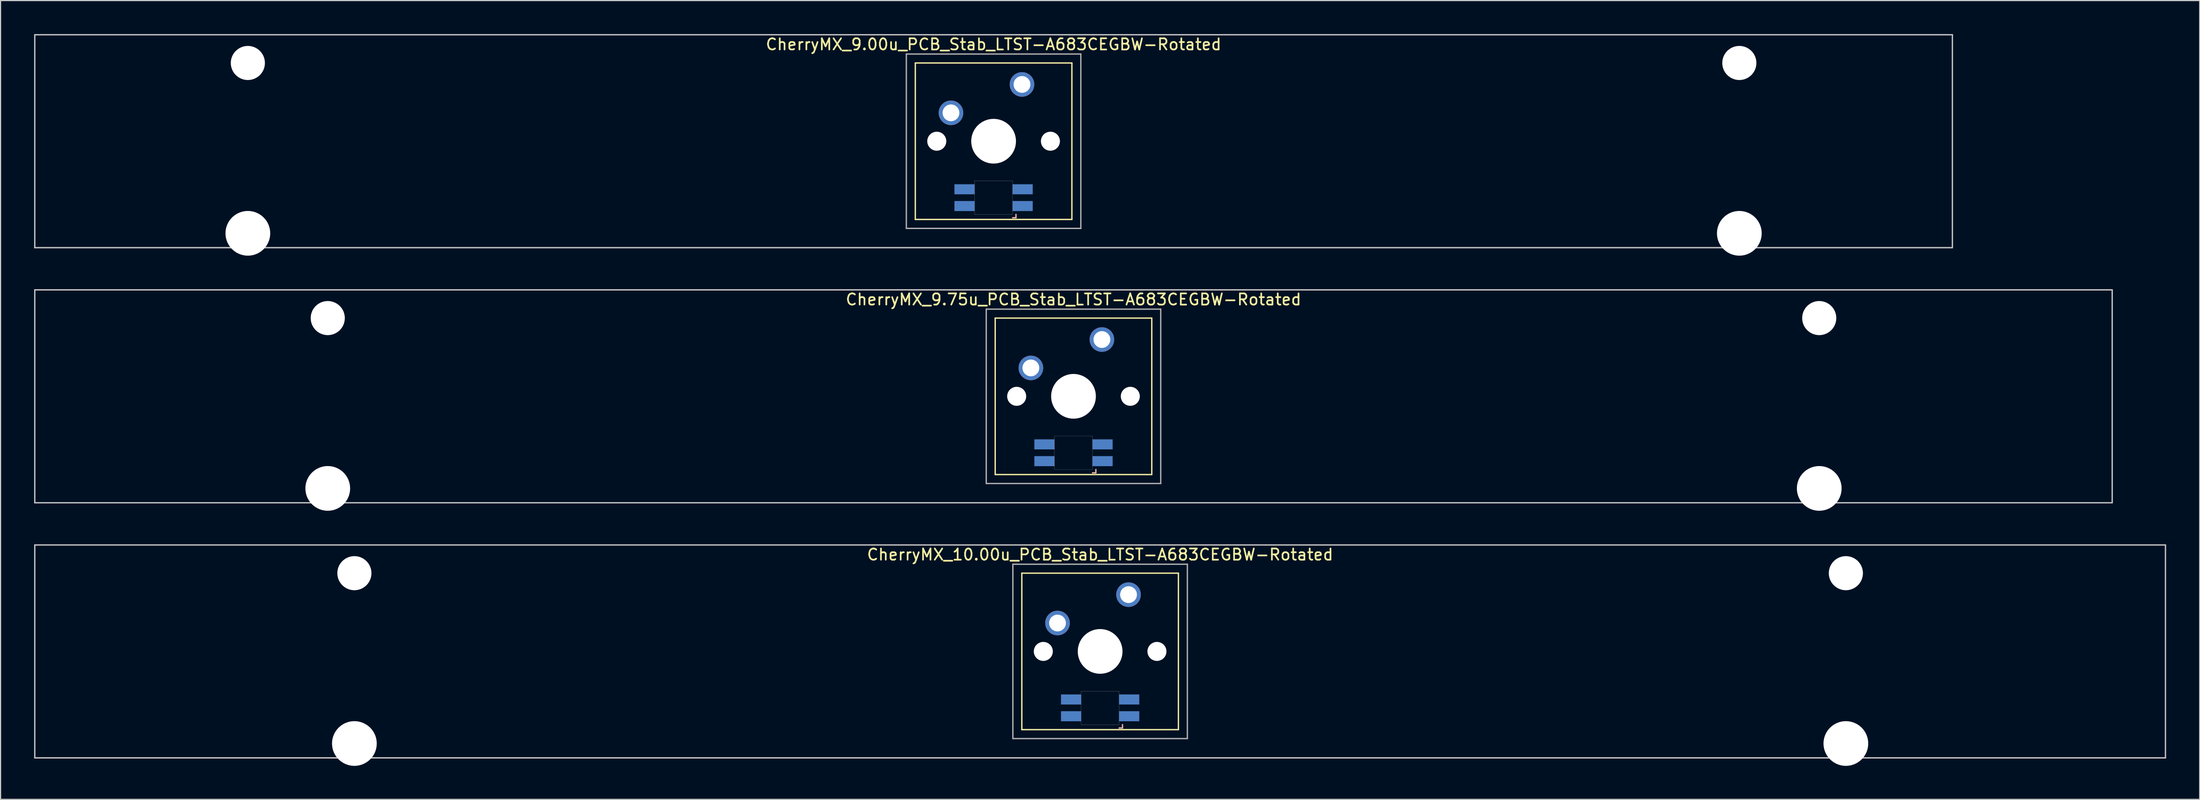
<source format=kicad_pcb>
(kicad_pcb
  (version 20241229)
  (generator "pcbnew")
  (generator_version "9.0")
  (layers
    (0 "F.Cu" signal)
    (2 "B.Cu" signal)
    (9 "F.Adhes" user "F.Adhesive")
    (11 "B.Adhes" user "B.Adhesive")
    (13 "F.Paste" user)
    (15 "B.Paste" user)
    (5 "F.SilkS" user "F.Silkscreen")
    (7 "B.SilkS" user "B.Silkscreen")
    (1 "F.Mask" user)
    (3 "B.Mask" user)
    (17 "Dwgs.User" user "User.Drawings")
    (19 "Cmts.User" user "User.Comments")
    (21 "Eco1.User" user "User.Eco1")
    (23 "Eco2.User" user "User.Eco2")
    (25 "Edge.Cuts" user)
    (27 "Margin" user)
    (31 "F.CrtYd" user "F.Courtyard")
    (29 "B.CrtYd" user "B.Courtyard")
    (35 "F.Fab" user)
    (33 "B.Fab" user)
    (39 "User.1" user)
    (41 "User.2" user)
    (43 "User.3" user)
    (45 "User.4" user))
  (footprint "CherryMX_10.00u_PCB_Stab_LTST-A683CEGBW-Rotated"
    (layer "F.Cu")
    (at 95.31 55.235)
    (property "Reference" "CherryMX_10.00u_PCB_Stab_LTST-A683CEGBW-Rotated" (at 0 -8.662 0) (layer "F.SilkS") (effects (font (size 1 1) (thickness 0.15))))
    (attr through_hole)
    (fp_line (start -7 -7) (end -7 7) (stroke (width 0.12) (type solid)) (layer "F.SilkS"))
    (fp_line (start -7 -7) (end 7 -7) (stroke (width 0.12) (type solid)) (layer "F.SilkS"))
    (fp_line (start 7 -7) (end 7 7) (stroke (width 0.12) (type solid)) (layer "F.SilkS"))
    (fp_line (start 7 7) (end -7 7) (stroke (width 0.12) (type solid)) (layer "F.SilkS"))
    (fp_line (start 1.7 6.85) (end 2 6.85) (stroke (width 0.12) (type solid)) (layer "B.SilkS"))
    (fp_line (start 2 6.85) (end 2 6.55) (stroke (width 0.12) (type solid)) (layer "B.SilkS"))
    (fp_line (start -95.25 -9.525) (end 95.25 -9.525) (stroke (width 0.12) (type solid)) (layer "Dwgs.User"))
    (fp_line (start -95.25 9.525) (end -95.25 -9.525) (stroke (width 0.12) (type solid)) (layer "Dwgs.User"))
    (fp_line (start 95.25 -9.525) (end 95.25 9.525) (stroke (width 0.12) (type solid)) (layer "Dwgs.User"))
    (fp_line (start 95.25 9.525) (end -95.25 9.525) (stroke (width 0.12) (type solid)) (layer "Dwgs.User"))
    (fp_poly (pts (xy -1.7 3.55) (xy 1.7 3.55) (xy 1.7 6.55) (xy -1.7 6.55)) (stroke (width 0.01) (type solid)) (fill no) (layer "Edge.Cuts"))
    (fp_line (start -7.8 -7.8) (end -7.8 7.8) (stroke (width 0.12) (type solid)) (layer "F.Fab"))
    (fp_line (start -7.8 -7.8) (end 7.8 -7.8) (stroke (width 0.12) (type solid)) (layer "F.Fab"))
    (fp_line (start -7.8 7.8) (end 7.8 7.8) (stroke (width 0.12) (type solid)) (layer "F.Fab"))
    (fp_line (start 7.8 -7.8) (end 7.8 7.8) (stroke (width 0.12) (type solid)) (layer "F.Fab"))
    (pad "" np_thru_hole circle (at -66.675 -7) (size 3.05 3.05) (drill 3.05) (layers "*.Cu" "*.Mask"))
    (pad "" np_thru_hole circle (at -66.675 8.24) (size 4 4) (drill 4) (layers "*.Cu" "*.Mask"))
    (pad "" np_thru_hole circle (at -5.08 0) (size 1.7 1.7) (drill 1.7) (layers "*.Cu" "*.Mask"))
    (pad "" np_thru_hole circle (at 0 0) (size 4 4) (drill 4) (layers "*.Cu" "*.Mask"))
    (pad "" np_thru_hole circle (at 5.08 0) (size 1.7 1.7) (drill 1.7) (layers "*.Cu" "*.Mask"))
    (pad "" np_thru_hole circle (at 66.675 -7) (size 3.05 3.05) (drill 3.05) (layers "*.Cu" "*.Mask"))
    (pad "" np_thru_hole circle (at 66.675 8.24) (size 4 4) (drill 4) (layers "*.Cu" "*.Mask"))
    (pad "1" thru_hole circle (at -3.81 -2.54) (size 2.2 2.2) (drill 1.5) (layers "*.Cu" "*.Mask"))
    (pad "2" thru_hole circle (at 2.54 -5.08) (size 2.2 2.2) (drill 1.5) (layers "*.Cu" "*.Mask"))
    (pad "3" smd rect (at 2.6 5.8 180) (size 1.8 0.9) (layers "B.Cu" "B.Mask" "B.Paste"))
    (pad "4" smd rect (at 2.6 4.3 180) (size 1.8 0.9) (layers "B.Cu" "B.Mask" "B.Paste"))
    (pad "5" smd rect (at -2.6 5.8 180) (size 1.8 0.9) (layers "B.Cu" "B.Mask" "B.Paste"))
    (pad "6" smd rect (at -2.6 4.3 180) (size 1.8 0.9) (layers "B.Cu" "B.Mask" "B.Paste")))
  (footprint "CherryMX_9.75u_PCB_Stab_LTST-A683CEGBW-Rotated"
    (layer "F.Cu")
    (at 92.929 32.41)
    (property "Reference" "CherryMX_9.75u_PCB_Stab_LTST-A683CEGBW-Rotated" (at 0 -8.662 0) (layer "F.SilkS") (effects (font (size 1 1) (thickness 0.15))))
    (attr through_hole)
    (fp_line (start -7 -7) (end -7 7) (stroke (width 0.12) (type solid)) (layer "F.SilkS"))
    (fp_line (start -7 -7) (end 7 -7) (stroke (width 0.12) (type solid)) (layer "F.SilkS"))
    (fp_line (start 7 -7) (end 7 7) (stroke (width 0.12) (type solid)) (layer "F.SilkS"))
    (fp_line (start 7 7) (end -7 7) (stroke (width 0.12) (type solid)) (layer "F.SilkS"))
    (fp_line (start 1.7 6.85) (end 2 6.85) (stroke (width 0.12) (type solid)) (layer "B.SilkS"))
    (fp_line (start 2 6.85) (end 2 6.55) (stroke (width 0.12) (type solid)) (layer "B.SilkS"))
    (fp_line (start -92.869 -9.525) (end 92.869 -9.525) (stroke (width 0.12) (type solid)) (layer "Dwgs.User"))
    (fp_line (start -92.869 9.525) (end -92.869 -9.525) (stroke (width 0.12) (type solid)) (layer "Dwgs.User"))
    (fp_line (start 92.869 -9.525) (end 92.869 9.525) (stroke (width 0.12) (type solid)) (layer "Dwgs.User"))
    (fp_line (start 92.869 9.525) (end -92.869 9.525) (stroke (width 0.12) (type solid)) (layer "Dwgs.User"))
    (fp_poly (pts (xy -1.7 3.55) (xy 1.7 3.55) (xy 1.7 6.55) (xy -1.7 6.55)) (stroke (width 0.01) (type solid)) (fill no) (layer "Edge.Cuts"))
    (fp_line (start -7.8 -7.8) (end -7.8 7.8) (stroke (width 0.12) (type solid)) (layer "F.Fab"))
    (fp_line (start -7.8 -7.8) (end 7.8 -7.8) (stroke (width 0.12) (type solid)) (layer "F.Fab"))
    (fp_line (start -7.8 7.8) (end 7.8 7.8) (stroke (width 0.12) (type solid)) (layer "F.Fab"))
    (fp_line (start 7.8 -7.8) (end 7.8 7.8) (stroke (width 0.12) (type solid)) (layer "F.Fab"))
    (pad "" np_thru_hole circle (at -66.675 -7) (size 3.05 3.05) (drill 3.05) (layers "*.Cu" "*.Mask"))
    (pad "" np_thru_hole circle (at -66.675 8.24) (size 4 4) (drill 4) (layers "*.Cu" "*.Mask"))
    (pad "" np_thru_hole circle (at -5.08 0) (size 1.7 1.7) (drill 1.7) (layers "*.Cu" "*.Mask"))
    (pad "" np_thru_hole circle (at 0 0) (size 4 4) (drill 4) (layers "*.Cu" "*.Mask"))
    (pad "" np_thru_hole circle (at 5.08 0) (size 1.7 1.7) (drill 1.7) (layers "*.Cu" "*.Mask"))
    (pad "" np_thru_hole circle (at 66.675 -7) (size 3.05 3.05) (drill 3.05) (layers "*.Cu" "*.Mask"))
    (pad "" np_thru_hole circle (at 66.675 8.24) (size 4 4) (drill 4) (layers "*.Cu" "*.Mask"))
    (pad "1" thru_hole circle (at -3.81 -2.54) (size 2.2 2.2) (drill 1.5) (layers "*.Cu" "*.Mask"))
    (pad "2" thru_hole circle (at 2.54 -5.08) (size 2.2 2.2) (drill 1.5) (layers "*.Cu" "*.Mask"))
    (pad "3" smd rect (at 2.6 5.8 180) (size 1.8 0.9) (layers "B.Cu" "B.Mask" "B.Paste"))
    (pad "4" smd rect (at 2.6 4.3 180) (size 1.8 0.9) (layers "B.Cu" "B.Mask" "B.Paste"))
    (pad "5" smd rect (at -2.6 5.8 180) (size 1.8 0.9) (layers "B.Cu" "B.Mask" "B.Paste"))
    (pad "6" smd rect (at -2.6 4.3 180) (size 1.8 0.9) (layers "B.Cu" "B.Mask" "B.Paste")))
  (footprint "CherryMX_9.00u_PCB_Stab_LTST-A683CEGBW-Rotated"
    (layer "F.Cu")
    (at 85.785 9.585)
    (property "Reference" "CherryMX_9.00u_PCB_Stab_LTST-A683CEGBW-Rotated" (at 0 -8.662 0) (layer "F.SilkS") (effects (font (size 1 1) (thickness 0.15))))
    (attr through_hole)
    (fp_line (start -7 -7) (end -7 7) (stroke (width 0.12) (type solid)) (layer "F.SilkS"))
    (fp_line (start -7 -7) (end 7 -7) (stroke (width 0.12) (type solid)) (layer "F.SilkS"))
    (fp_line (start 7 -7) (end 7 7) (stroke (width 0.12) (type solid)) (layer "F.SilkS"))
    (fp_line (start 7 7) (end -7 7) (stroke (width 0.12) (type solid)) (layer "F.SilkS"))
    (fp_line (start 1.7 6.85) (end 2 6.85) (stroke (width 0.12) (type solid)) (layer "B.SilkS"))
    (fp_line (start 2 6.85) (end 2 6.55) (stroke (width 0.12) (type solid)) (layer "B.SilkS"))
    (fp_line (start -85.725 -9.525) (end 85.725 -9.525) (stroke (width 0.12) (type solid)) (layer "Dwgs.User"))
    (fp_line (start -85.725 9.525) (end -85.725 -9.525) (stroke (width 0.12) (type solid)) (layer "Dwgs.User"))
    (fp_line (start 85.725 -9.525) (end 85.725 9.525) (stroke (width 0.12) (type solid)) (layer "Dwgs.User"))
    (fp_line (start 85.725 9.525) (end -85.725 9.525) (stroke (width 0.12) (type solid)) (layer "Dwgs.User"))
    (fp_poly (pts (xy -1.7 3.55) (xy 1.7 3.55) (xy 1.7 6.55) (xy -1.7 6.55)) (stroke (width 0.01) (type solid)) (fill no) (layer "Edge.Cuts"))
    (fp_line (start -7.8 -7.8) (end -7.8 7.8) (stroke (width 0.12) (type solid)) (layer "F.Fab"))
    (fp_line (start -7.8 -7.8) (end 7.8 -7.8) (stroke (width 0.12) (type solid)) (layer "F.Fab"))
    (fp_line (start -7.8 7.8) (end 7.8 7.8) (stroke (width 0.12) (type solid)) (layer "F.Fab"))
    (fp_line (start 7.8 -7.8) (end 7.8 7.8) (stroke (width 0.12) (type solid)) (layer "F.Fab"))
    (pad "" np_thru_hole circle (at -66.675 -7) (size 3.05 3.05) (drill 3.05) (layers "*.Cu" "*.Mask"))
    (pad "" np_thru_hole circle (at -66.675 8.24) (size 4 4) (drill 4) (layers "*.Cu" "*.Mask"))
    (pad "" np_thru_hole circle (at -5.08 0) (size 1.7 1.7) (drill 1.7) (layers "*.Cu" "*.Mask"))
    (pad "" np_thru_hole circle (at 0 0) (size 4 4) (drill 4) (layers "*.Cu" "*.Mask"))
    (pad "" np_thru_hole circle (at 5.08 0) (size 1.7 1.7) (drill 1.7) (layers "*.Cu" "*.Mask"))
    (pad "" np_thru_hole circle (at 66.675 -7) (size 3.05 3.05) (drill 3.05) (layers "*.Cu" "*.Mask"))
    (pad "" np_thru_hole circle (at 66.675 8.24) (size 4 4) (drill 4) (layers "*.Cu" "*.Mask"))
    (pad "1" thru_hole circle (at -3.81 -2.54) (size 2.2 2.2) (drill 1.5) (layers "*.Cu" "*.Mask"))
    (pad "2" thru_hole circle (at 2.54 -5.08) (size 2.2 2.2) (drill 1.5) (layers "*.Cu" "*.Mask"))
    (pad "3" smd rect (at 2.6 5.8 180) (size 1.8 0.9) (layers "B.Cu" "B.Mask" "B.Paste"))
    (pad "4" smd rect (at 2.6 4.3 180) (size 1.8 0.9) (layers "B.Cu" "B.Mask" "B.Paste"))
    (pad "5" smd rect (at -2.6 5.8 180) (size 1.8 0.9) (layers "B.Cu" "B.Mask" "B.Paste"))
    (pad "6" smd rect (at -2.6 4.3 180) (size 1.8 0.9) (layers "B.Cu" "B.Mask" "B.Paste")))
  (gr_rect
    (start -3 -3)
    (end 193.62 68.475)
    (stroke (width 0.1) (type default))
    (fill no)
    (layer "Edge.Cuts")))
</source>
